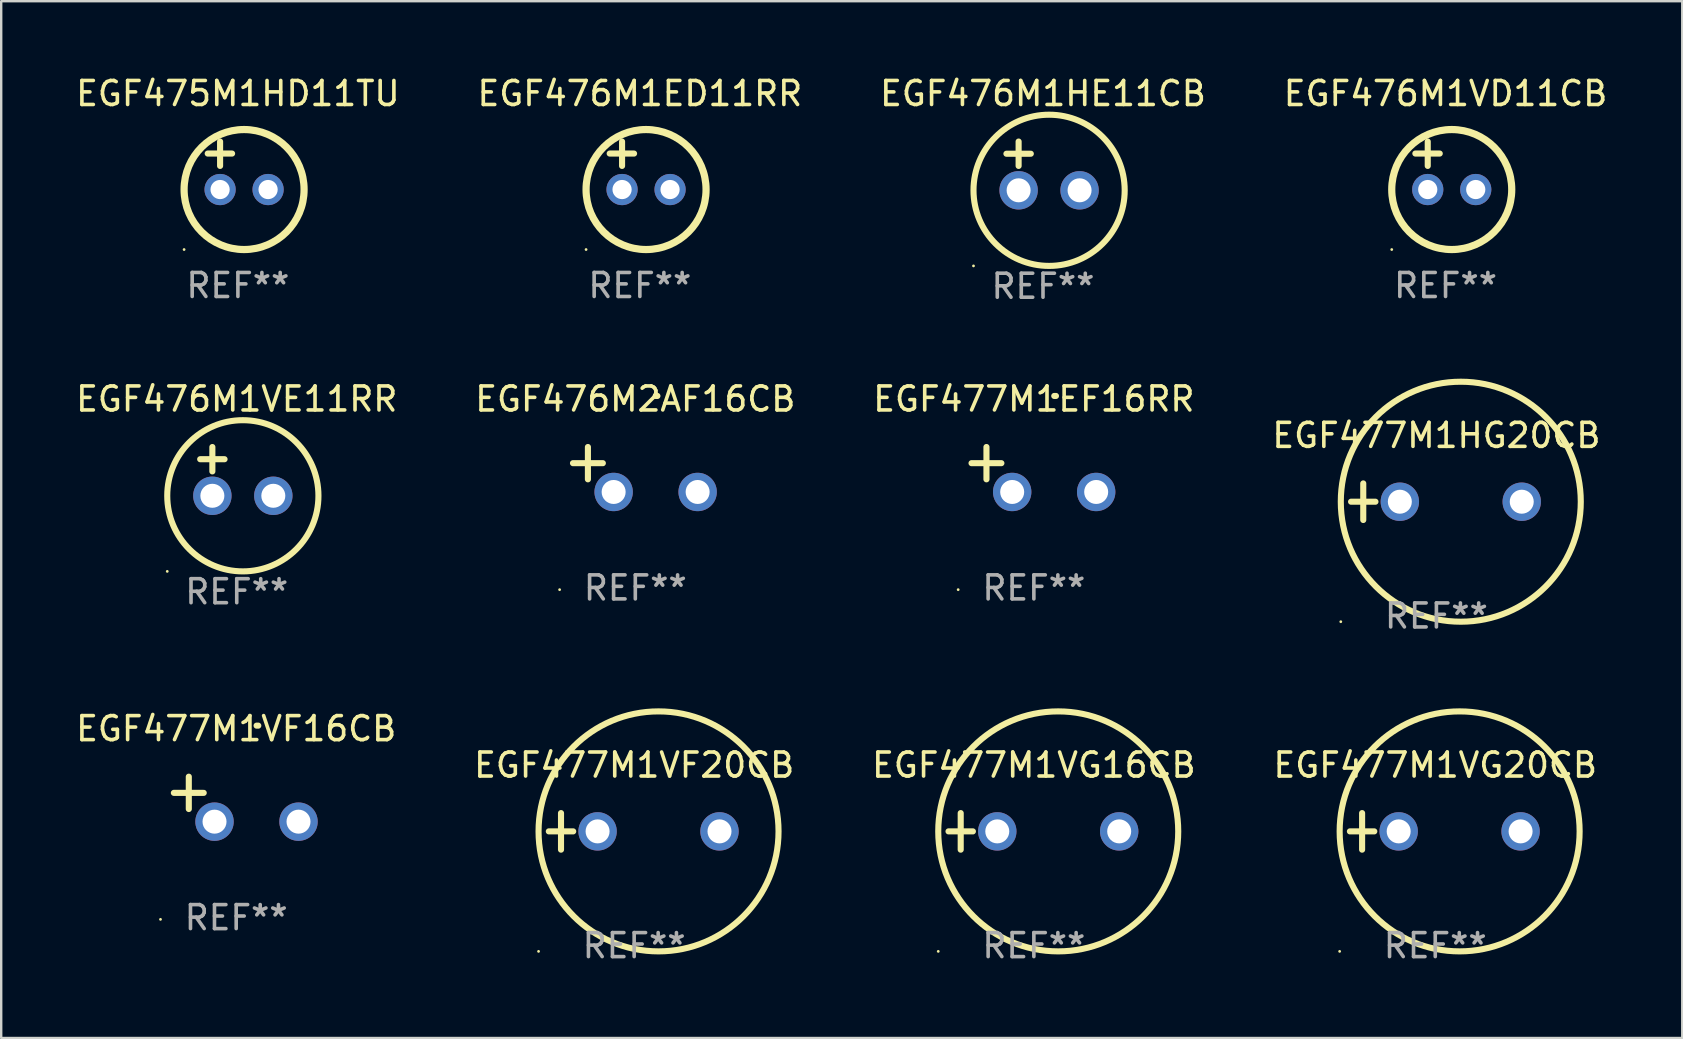
<source format=kicad_pcb>
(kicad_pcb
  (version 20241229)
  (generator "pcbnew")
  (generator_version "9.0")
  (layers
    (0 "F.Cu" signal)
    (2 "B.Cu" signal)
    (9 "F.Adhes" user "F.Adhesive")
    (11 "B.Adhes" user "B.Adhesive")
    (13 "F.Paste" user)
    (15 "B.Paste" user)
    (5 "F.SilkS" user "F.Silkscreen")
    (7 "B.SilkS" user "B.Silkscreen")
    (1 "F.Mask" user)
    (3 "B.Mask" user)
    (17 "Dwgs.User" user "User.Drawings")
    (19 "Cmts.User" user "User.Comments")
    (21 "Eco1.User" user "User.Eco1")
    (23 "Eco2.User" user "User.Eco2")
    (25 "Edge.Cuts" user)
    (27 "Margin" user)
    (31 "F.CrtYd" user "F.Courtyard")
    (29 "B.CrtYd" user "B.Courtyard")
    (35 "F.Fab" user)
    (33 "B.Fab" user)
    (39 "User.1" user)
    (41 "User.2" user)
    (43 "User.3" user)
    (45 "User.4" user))
  (footprint "EGF476M2AF16CB"
    (layer "F.Cu")
    (at 23.423 16.513)
    (property "Reference" "EGF476M2AF16CB" (at 0 -2.937 0) (layer "F.SilkS") (effects (font (size 1 1) (thickness 0.15))))
    (attr through_hole)
    (fp_line (start -1.975 0.41) (end -1.975 -0.937) (stroke (width 0.254) (type solid)) (layer "F.SilkS"))
    (fp_line (start -1.353 -0.263) (end -2.597 -0.263) (stroke (width 0.254) (type solid)) (layer "F.SilkS"))
    (fp_arc (start 0.849809 -3.063957) (mid 0.885369 -3.064114) (end 0.920929 -3.063957) (stroke (width 0.254001) (type solid)) (layer "F.SilkS"))
    (fp_circle (center -3.154 5.008) (end -3.124 5.008) (stroke (width 0.06) (type solid)) (fill no) (layer "F.SilkS"))
    (fp_text user "REF**" (at 0 4.937 0) (layer "F.Fab") (effects (font (size 1 1) (thickness 0.15))))
    (pad "1" thru_hole circle (at -0.903 0.937) (size 1.6 1.6) (drill 1) (layers "*.Cu" "*.Mask"))
    (pad "2" thru_hole circle (at 2.597 0.937) (size 1.6 1.6) (drill 1) (layers "*.Cu" "*.Mask")))
  (footprint "EGF477M1VG20CB"
    (layer "F.Cu")
    (at 56.756 31.593)
    (property "Reference" "EGF477M1VG20CB" (at 0 -2.762 0) (layer "F.SilkS") (effects (font (size 1 1) (thickness 0.15))))
    (attr through_hole)
    (fp_line (start -3.556 0) (end -2.54 0) (stroke (width 0.254) (type solid)) (layer "F.SilkS"))
    (fp_line (start -3.048 -0.762) (end -3.048 0.762) (stroke (width 0.254) (type solid)) (layer "F.SilkS"))
    (fp_circle (center -3.984 5) (end -3.954 5) (stroke (width 0.06) (type solid)) (fill no) (layer "F.SilkS"))
    (fp_circle (center 1.016 0) (end 6.016 0) (stroke (width 0.254) (type solid)) (fill no) (layer "F.SilkS"))
    (fp_text user "REF**" (at 0 4.762 0) (layer "F.Fab") (effects (font (size 1 1) (thickness 0.15))))
    (pad "1" thru_hole circle (at -1.524 0) (size 1.6 1.6) (drill 1) (layers "*.Cu" "*.Mask"))
    (pad "2" thru_hole circle (at 3.556 0) (size 1.6 1.6) (drill 1) (layers "*.Cu" "*.Mask")))
  (footprint "EGF475M1HD11TU"
    (layer "F.Cu")
    (at 6.863 3.848)
    (property "Reference" "EGF475M1HD11TU" (at 0 -3 0) (layer "F.SilkS") (effects (font (size 1 1) (thickness 0.15))))
    (attr through_hole)
    (fp_line (start -1.258 -0.5) (end -0.242 -0.5) (stroke (width 0.254) (type solid)) (layer "F.SilkS"))
    (fp_line (start -0.742 -1) (end -0.742 0.016) (stroke (width 0.254) (type solid)) (layer "F.SilkS"))
    (fp_circle (center -2.242 3.5) (end -2.212 3.5) (stroke (width 0.06) (type solid)) (fill no) (layer "F.SilkS"))
    (fp_circle (center 0.258 1) (end 2.758 1) (stroke (width 0.3) (type solid)) (fill no) (layer "F.SilkS"))
    (fp_text user "REF**" (at 0 5 0) (layer "F.Fab") (effects (font (size 1 1) (thickness 0.15))))
    (pad "1" thru_hole circle (at -0.742 1) (size 1.3 1.3) (drill 0.8) (layers "*.Cu" "*.Mask"))
    (pad "2" thru_hole circle (at 1.258 1) (size 1.3 1.3) (drill 0.8) (layers "*.Cu" "*.Mask")))
  (footprint "EGF477M1VF20CB"
    (layer "F.Cu")
    (at 23.375 31.593)
    (property "Reference" "EGF477M1VF20CB" (at 0 -2.762 0) (layer "F.SilkS") (effects (font (size 1 1) (thickness 0.15))))
    (attr through_hole)
    (fp_line (start -3.556 0) (end -2.54 0) (stroke (width 0.254) (type solid)) (layer "F.SilkS"))
    (fp_line (start -3.048 -0.762) (end -3.048 0.762) (stroke (width 0.254) (type solid)) (layer "F.SilkS"))
    (fp_circle (center -3.984 5) (end -3.954 5) (stroke (width 0.06) (type solid)) (fill no) (layer "F.SilkS"))
    (fp_circle (center 1.016 0) (end 6.016 0) (stroke (width 0.254) (type solid)) (fill no) (layer "F.SilkS"))
    (fp_text user "REF**" (at 0 4.762 0) (layer "F.Fab") (effects (font (size 1 1) (thickness 0.15))))
    (pad "1" thru_hole circle (at -1.524 0) (size 1.6 1.6) (drill 1) (layers "*.Cu" "*.Mask"))
    (pad "2" thru_hole circle (at 3.556 0) (size 1.6 1.6) (drill 1) (layers "*.Cu" "*.Mask")))
  (footprint "EGF477M1VG16CB"
    (layer "F.Cu")
    (at 40.03 31.593)
    (property "Reference" "EGF477M1VG16CB" (at 0 -2.762 0) (layer "F.SilkS") (effects (font (size 1 1) (thickness 0.15))))
    (attr through_hole)
    (fp_line (start -3.556 0) (end -2.54 0) (stroke (width 0.254) (type solid)) (layer "F.SilkS"))
    (fp_line (start -3.048 -0.762) (end -3.048 0.762) (stroke (width 0.254) (type solid)) (layer "F.SilkS"))
    (fp_circle (center -3.984 5) (end -3.954 5) (stroke (width 0.06) (type solid)) (fill no) (layer "F.SilkS"))
    (fp_circle (center 1.016 0) (end 6.016 0) (stroke (width 0.254) (type solid)) (fill no) (layer "F.SilkS"))
    (fp_text user "REF**" (at 0 4.762 0) (layer "F.Fab") (effects (font (size 1 1) (thickness 0.15))))
    (pad "1" thru_hole circle (at -1.524 0) (size 1.6 1.6) (drill 1) (layers "*.Cu" "*.Mask"))
    (pad "2" thru_hole circle (at 3.556 0) (size 1.6 1.6) (drill 1) (layers "*.Cu" "*.Mask")))
  (footprint "EGF476M1VD11CB"
    (layer "F.Cu")
    (at 57.185 3.848)
    (property "Reference" "EGF476M1VD11CB" (at 0 -3 0) (layer "F.SilkS") (effects (font (size 1 1) (thickness 0.15))))
    (attr through_hole)
    (fp_line (start -1.258 -0.5) (end -0.242 -0.5) (stroke (width 0.254) (type solid)) (layer "F.SilkS"))
    (fp_line (start -0.742 -1) (end -0.742 0.016) (stroke (width 0.254) (type solid)) (layer "F.SilkS"))
    (fp_circle (center -2.242 3.5) (end -2.212 3.5) (stroke (width 0.06) (type solid)) (fill no) (layer "F.SilkS"))
    (fp_circle (center 0.258 1) (end 2.758 1) (stroke (width 0.3) (type solid)) (fill no) (layer "F.SilkS"))
    (fp_text user "REF**" (at 0 5 0) (layer "F.Fab") (effects (font (size 1 1) (thickness 0.15))))
    (pad "1" thru_hole circle (at -0.742 1) (size 1.3 1.3) (drill 0.8) (layers "*.Cu" "*.Mask"))
    (pad "2" thru_hole circle (at 1.258 1) (size 1.3 1.3) (drill 0.8) (layers "*.Cu" "*.Mask")))
  (footprint "EGF476M1VE11RR"
    (layer "F.Cu")
    (at 6.815 16.593)
    (property "Reference" "EGF476M1VE11RR" (at 0 -3.016 0) (layer "F.SilkS") (effects (font (size 1 1) (thickness 0.15))))
    (attr through_hole)
    (fp_line (start -1.524 -0.508) (end -0.508 -0.508) (stroke (width 0.254) (type solid)) (layer "F.SilkS"))
    (fp_line (start -1.016 -1.016) (end -1.016 0) (stroke (width 0.254) (type solid)) (layer "F.SilkS"))
    (fp_circle (center -2.896 4.166) (end -2.866 4.166) (stroke (width 0.06) (type solid)) (fill no) (layer "F.SilkS"))
    (fp_circle (center 0.254 1.016) (end 3.404 1.016) (stroke (width 0.254) (type solid)) (fill no) (layer "F.SilkS"))
    (fp_text user "REF**" (at 0 5.016 0) (layer "F.Fab") (effects (font (size 1 1) (thickness 0.15))))
    (pad "1" thru_hole circle (at -1.016 1.016) (size 1.6 1.6) (drill 1) (layers "*.Cu" "*.Mask"))
    (pad "2" thru_hole circle (at 1.524 1.016) (size 1.6 1.6) (drill 1) (layers "*.Cu" "*.Mask")))
  (footprint "EGF476M1ED11RR"
    (layer "F.Cu")
    (at 23.613 3.848)
    (property "Reference" "EGF476M1ED11RR" (at 0 -3 0) (layer "F.SilkS") (effects (font (size 1 1) (thickness 0.15))))
    (attr through_hole)
    (fp_line (start -1.258 -0.5) (end -0.242 -0.5) (stroke (width 0.254) (type solid)) (layer "F.SilkS"))
    (fp_line (start -0.742 -1) (end -0.742 0.016) (stroke (width 0.254) (type solid)) (layer "F.SilkS"))
    (fp_circle (center -2.242 3.5) (end -2.212 3.5) (stroke (width 0.06) (type solid)) (fill no) (layer "F.SilkS"))
    (fp_circle (center 0.258 1) (end 2.758 1) (stroke (width 0.3) (type solid)) (fill no) (layer "F.SilkS"))
    (fp_text user "REF**" (at 0 5 0) (layer "F.Fab") (effects (font (size 1 1) (thickness 0.15))))
    (pad "1" thru_hole circle (at -0.742 1) (size 1.3 1.3) (drill 0.8) (layers "*.Cu" "*.Mask"))
    (pad "2" thru_hole circle (at 1.258 1) (size 1.3 1.3) (drill 0.8) (layers "*.Cu" "*.Mask")))
  (footprint "EGF476M1HE11CB"
    (layer "F.Cu")
    (at 40.411 3.864)
    (property "Reference" "EGF476M1HE11CB" (at 0 -3.016 0) (layer "F.SilkS") (effects (font (size 1 1) (thickness 0.15))))
    (attr through_hole)
    (fp_line (start -1.524 -0.508) (end -0.508 -0.508) (stroke (width 0.254) (type solid)) (layer "F.SilkS"))
    (fp_line (start -1.016 -1.016) (end -1.016 0) (stroke (width 0.254) (type solid)) (layer "F.SilkS"))
    (fp_circle (center -2.896 4.166) (end -2.866 4.166) (stroke (width 0.06) (type solid)) (fill no) (layer "F.SilkS"))
    (fp_circle (center 0.254 1.016) (end 3.404 1.016) (stroke (width 0.254) (type solid)) (fill no) (layer "F.SilkS"))
    (fp_text user "REF**" (at 0 5.016 0) (layer "F.Fab") (effects (font (size 1 1) (thickness 0.15))))
    (pad "1" thru_hole circle (at -1.016 1.016) (size 1.6 1.6) (drill 1) (layers "*.Cu" "*.Mask"))
    (pad "2" thru_hole circle (at 1.524 1.016) (size 1.6 1.6) (drill 1) (layers "*.Cu" "*.Mask")))
  (footprint "EGF477M1EF16RR"
    (layer "F.Cu")
    (at 40.03 16.513)
    (property "Reference" "EGF477M1EF16RR" (at 0 -2.937 0) (layer "F.SilkS") (effects (font (size 1 1) (thickness 0.15))))
    (attr through_hole)
    (fp_line (start -1.975 0.41) (end -1.975 -0.937) (stroke (width 0.254) (type solid)) (layer "F.SilkS"))
    (fp_line (start -1.353 -0.263) (end -2.597 -0.263) (stroke (width 0.254) (type solid)) (layer "F.SilkS"))
    (fp_arc (start 0.849809 -3.063957) (mid 0.885369 -3.064114) (end 0.920929 -3.063957) (stroke (width 0.254001) (type solid)) (layer "F.SilkS"))
    (fp_circle (center -3.154 5.008) (end -3.124 5.008) (stroke (width 0.06) (type solid)) (fill no) (layer "F.SilkS"))
    (fp_text user "REF**" (at 0 4.937 0) (layer "F.Fab") (effects (font (size 1 1) (thickness 0.15))))
    (pad "1" thru_hole circle (at -0.903 0.937) (size 1.6 1.6) (drill 1) (layers "*.Cu" "*.Mask"))
    (pad "2" thru_hole circle (at 2.597 0.937) (size 1.6 1.6) (drill 1) (layers "*.Cu" "*.Mask")))
  (footprint "EGF477M1VF16CB"
    (layer "F.Cu")
    (at 6.792 30.251)
    (property "Reference" "EGF477M1VF16CB" (at 0 -2.937 0) (layer "F.SilkS") (effects (font (size 1 1) (thickness 0.15))))
    (attr through_hole)
    (fp_line (start -1.975 0.41) (end -1.975 -0.937) (stroke (width 0.254) (type solid)) (layer "F.SilkS"))
    (fp_line (start -1.353 -0.263) (end -2.597 -0.263) (stroke (width 0.254) (type solid)) (layer "F.SilkS"))
    (fp_arc (start 0.849809 -3.063957) (mid 0.885369 -3.064114) (end 0.920929 -3.063957) (stroke (width 0.254001) (type solid)) (layer "F.SilkS"))
    (fp_circle (center -3.154 5.008) (end -3.124 5.008) (stroke (width 0.06) (type solid)) (fill no) (layer "F.SilkS"))
    (fp_text user "REF**" (at 0 4.937 0) (layer "F.Fab") (effects (font (size 1 1) (thickness 0.15))))
    (pad "1" thru_hole circle (at -0.903 0.937) (size 1.6 1.6) (drill 1) (layers "*.Cu" "*.Mask"))
    (pad "2" thru_hole circle (at 2.597 0.937) (size 1.6 1.6) (drill 1) (layers "*.Cu" "*.Mask")))
  (footprint "EGF477M1HG20CB"
    (layer "F.Cu")
    (at 56.804 17.856)
    (property "Reference" "EGF477M1HG20CB" (at 0 -2.762 0) (layer "F.SilkS") (effects (font (size 1 1) (thickness 0.15))))
    (attr through_hole)
    (fp_line (start -3.556 0) (end -2.54 0) (stroke (width 0.254) (type solid)) (layer "F.SilkS"))
    (fp_line (start -3.048 -0.762) (end -3.048 0.762) (stroke (width 0.254) (type solid)) (layer "F.SilkS"))
    (fp_circle (center -3.984 5) (end -3.954 5) (stroke (width 0.06) (type solid)) (fill no) (layer "F.SilkS"))
    (fp_circle (center 1.016 0) (end 6.016 0) (stroke (width 0.254) (type solid)) (fill no) (layer "F.SilkS"))
    (fp_text user "REF**" (at 0 4.762 0) (layer "F.Fab") (effects (font (size 1 1) (thickness 0.15))))
    (pad "1" thru_hole circle (at -1.524 0) (size 1.6 1.6) (drill 1) (layers "*.Cu" "*.Mask"))
    (pad "2" thru_hole circle (at 3.556 0) (size 1.6 1.6) (drill 1) (layers "*.Cu" "*.Mask")))
  (gr_rect
    (start -3 -3)
    (end 67.048 40.203)
    (stroke (width 0.1) (type default))
    (fill no)
    (layer "Edge.Cuts")))
</source>
